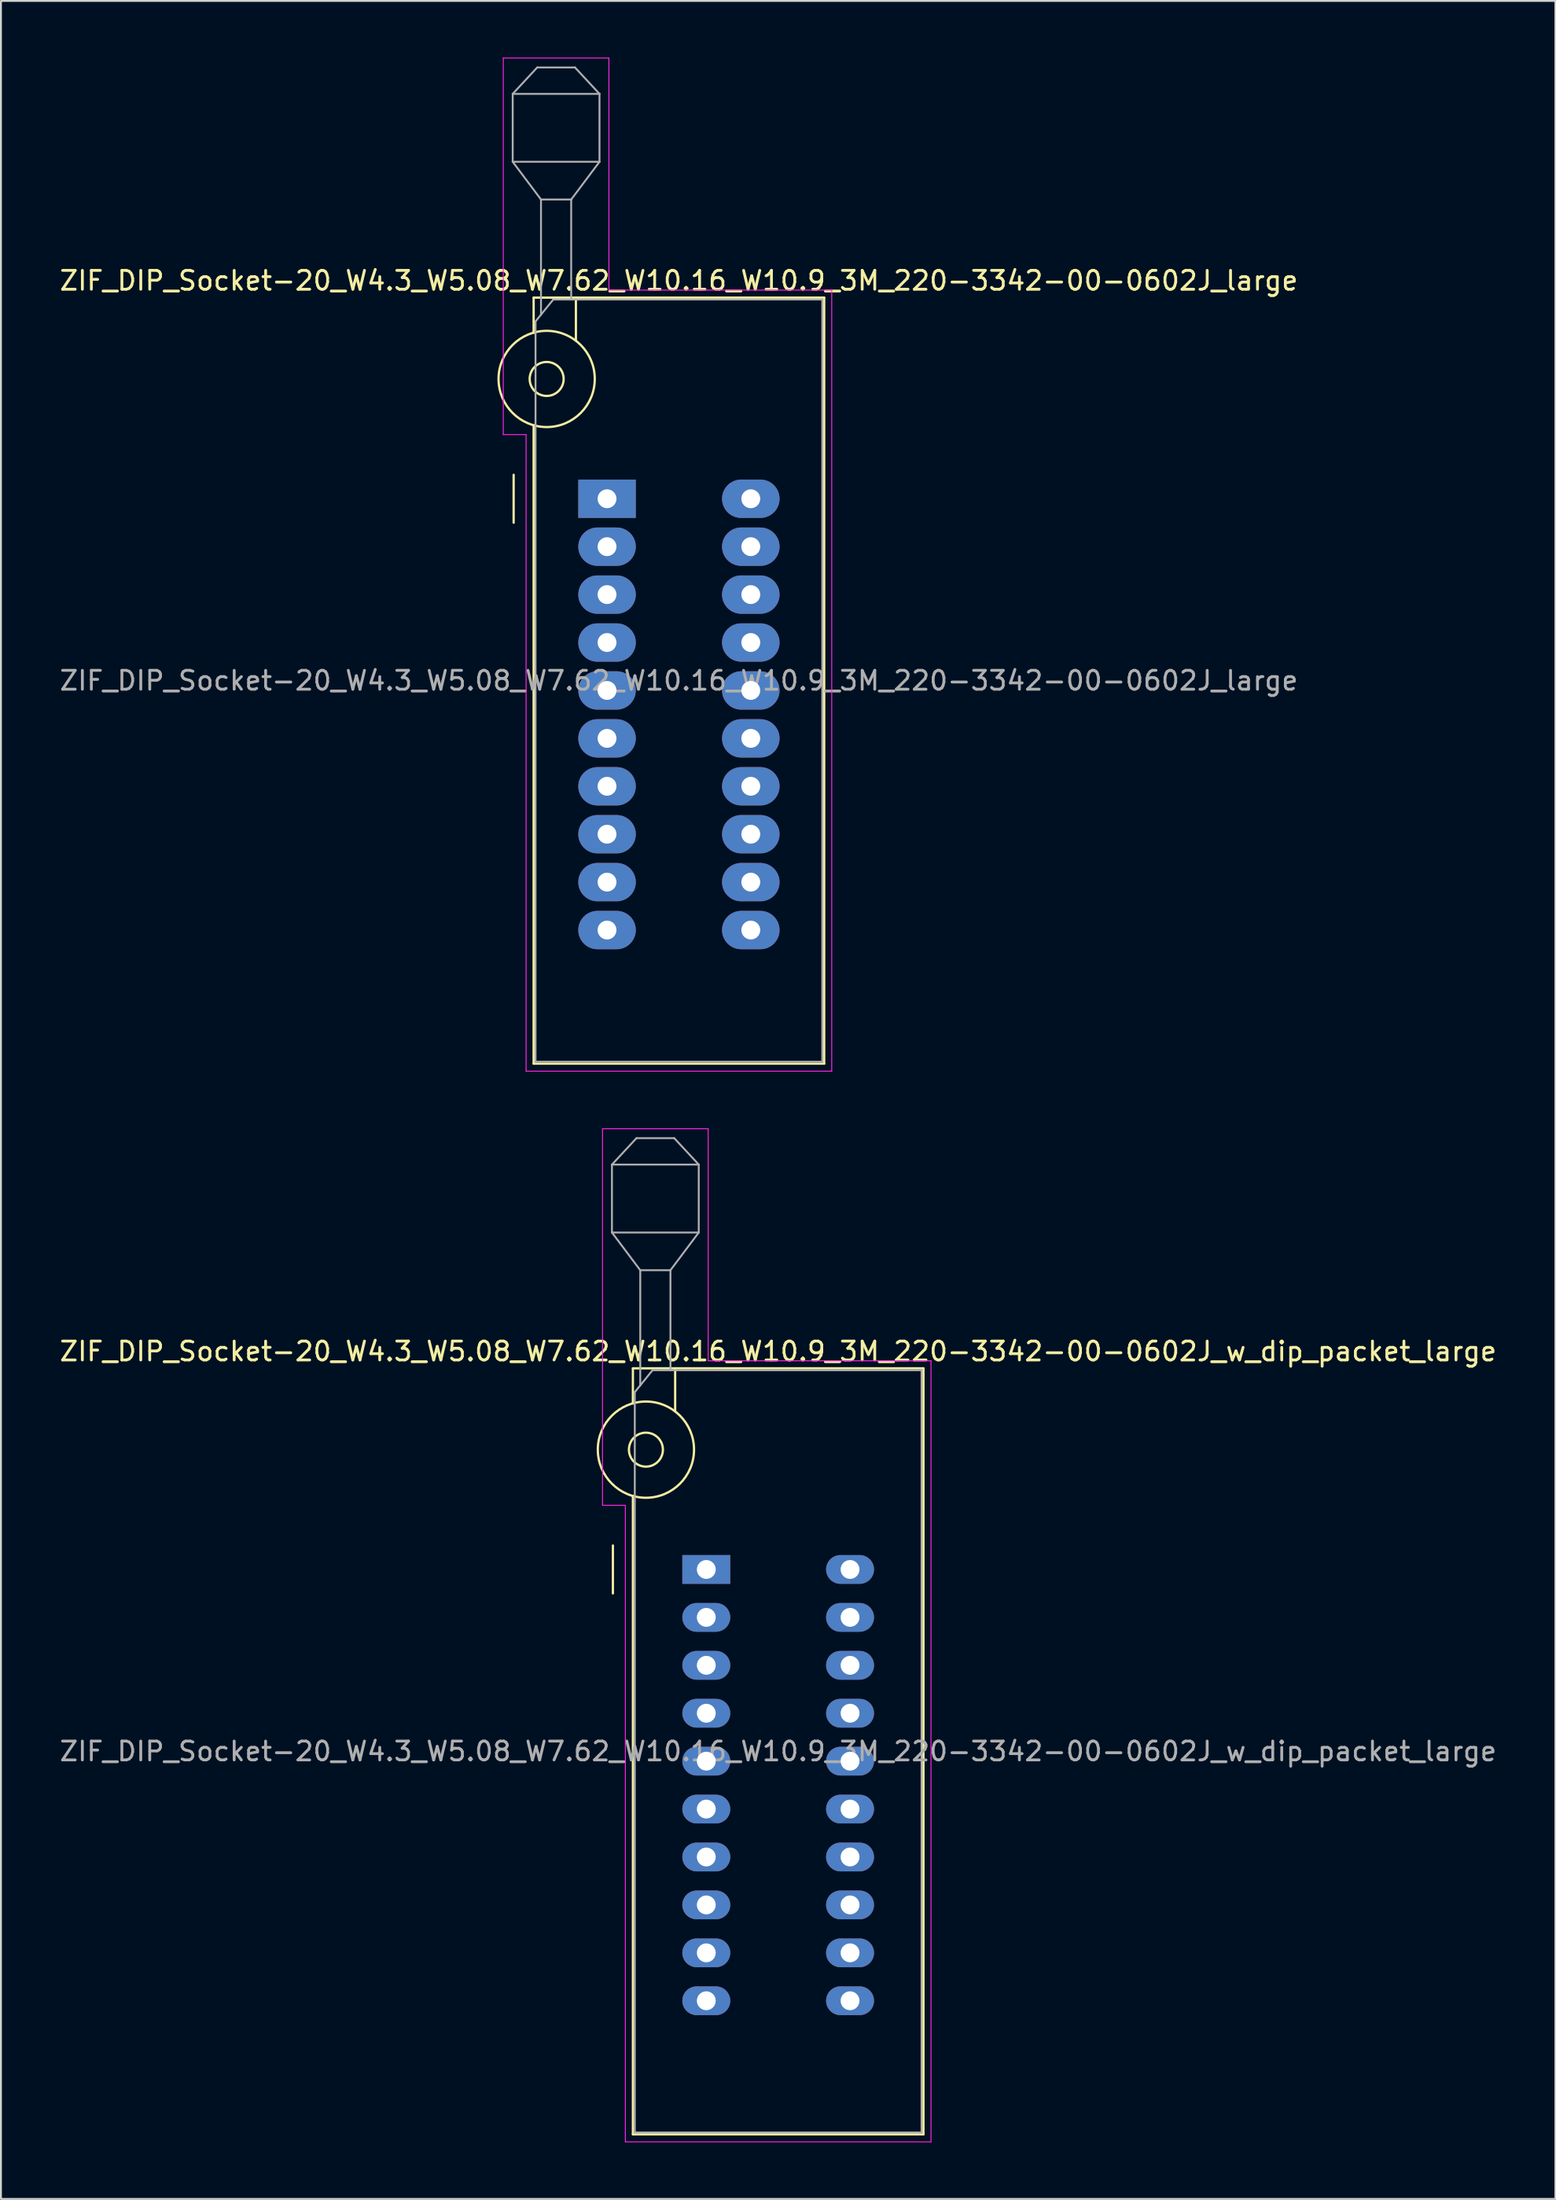
<source format=kicad_pcb>
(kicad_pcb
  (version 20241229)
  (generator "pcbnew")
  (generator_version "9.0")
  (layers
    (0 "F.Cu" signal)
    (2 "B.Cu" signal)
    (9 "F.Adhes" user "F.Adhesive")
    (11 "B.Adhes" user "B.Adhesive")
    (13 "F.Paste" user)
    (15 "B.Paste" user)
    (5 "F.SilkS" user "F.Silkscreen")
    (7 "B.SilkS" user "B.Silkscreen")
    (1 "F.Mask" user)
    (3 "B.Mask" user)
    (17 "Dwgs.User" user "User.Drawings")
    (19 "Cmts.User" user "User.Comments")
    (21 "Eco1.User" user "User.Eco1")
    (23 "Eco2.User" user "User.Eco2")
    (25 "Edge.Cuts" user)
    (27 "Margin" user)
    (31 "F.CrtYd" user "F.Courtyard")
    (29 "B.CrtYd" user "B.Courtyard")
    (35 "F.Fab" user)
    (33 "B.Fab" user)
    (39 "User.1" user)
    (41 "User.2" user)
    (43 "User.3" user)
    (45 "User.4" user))
  (footprint "ZIF_DIP_Socket-20_W4.3_W5.08_W7.62_W10.16_W10.9_3M_220-3342-00-0602J_w_dip_packet_large"
    (layer "F.Cu")
    (at 34.386 80.135)
    (property "Reference" "ZIF_DIP_Socket-20_W4.3_W5.08_W7.62_W10.16_W10.9_3M_220-3342-00-0602J_w_dip_packet_large" (at 3.81 -11.56 0) (layer "F.SilkS") (effects (font (size 1 1) (thickness 0.15))))
    (attr through_hole)
    (fp_line (start -4.95 1.27) (end -4.95 -1.27) (stroke (width 0.12) (type solid)) (layer "F.SilkS"))
    (fp_line (start -3.89 -10.66) (end -3.89 -8.8) (stroke (width 0.12) (type solid)) (layer "F.SilkS"))
    (fp_line (start -3.89 -3.9) (end -3.89 29.94) (stroke (width 0.12) (type solid)) (layer "F.SilkS"))
    (fp_line (start -3.89 29.94) (end 11.51 29.94) (stroke (width 0.12) (type solid)) (layer "F.SilkS"))
    (fp_line (start -1.65 -10.66) (end -1.65 -8.4) (stroke (width 0.12) (type solid)) (layer "F.SilkS"))
    (fp_line (start 11.51 -10.66) (end -3.89 -10.66) (stroke (width 0.12) (type solid)) (layer "F.SilkS"))
    (fp_line (start 11.51 29.94) (end 11.51 -10.66) (stroke (width 0.12) (type solid)) (layer "F.SilkS"))
    (fp_circle (center -3.2 -6.35) (end -2.3 -6.35) (stroke (width 0.12) (type solid)) (fill no) (layer "F.SilkS"))
    (fp_circle (center -3.2 -6.35) (end -0.65 -6.35) (stroke (width 0.12) (type solid)) (fill no) (layer "F.SilkS"))
    (fp_line (start -5.5 -23.36) (end 0.1 -23.36) (stroke (width 0.05) (type solid)) (layer "F.CrtYd"))
    (fp_line (start -5.5 -3.4) (end -5.5 -23.36) (stroke (width 0.05) (type solid)) (layer "F.CrtYd"))
    (fp_line (start -4.29 -3.4) (end -5.5 -3.4) (stroke (width 0.05) (type solid)) (layer "F.CrtYd"))
    (fp_line (start -4.29 30.34) (end -4.29 -3.4) (stroke (width 0.05) (type solid)) (layer "F.CrtYd"))
    (fp_line (start 0.1 -23.36) (end 0.1 -11.06) (stroke (width 0.05) (type solid)) (layer "F.CrtYd"))
    (fp_line (start 0.1 -11.06) (end 11.91 -11.06) (stroke (width 0.05) (type solid)) (layer "F.CrtYd"))
    (fp_line (start 11.91 -11.06) (end 11.91 30.34) (stroke (width 0.05) (type solid)) (layer "F.CrtYd"))
    (fp_line (start 11.91 30.34) (end -4.29 30.34) (stroke (width 0.05) (type solid)) (layer "F.CrtYd"))
    (fp_line (start -5 -21.46) (end -5 -17.86) (stroke (width 0.1) (type solid)) (layer "F.Fab"))
    (fp_line (start -5 -21.46) (end -3.7 -22.86) (stroke (width 0.1) (type solid)) (layer "F.Fab"))
    (fp_line (start -5 -17.86) (end -3.5 -15.86) (stroke (width 0.1) (type solid)) (layer "F.Fab"))
    (fp_line (start -5 -17.86) (end -0.4 -17.86) (stroke (width 0.1) (type solid)) (layer "F.Fab"))
    (fp_line (start -3.79 -9.4) (end -2.85 -10.56) (stroke (width 0.1) (type solid)) (layer "F.Fab"))
    (fp_line (start -3.79 29.84) (end -3.79 -9.4) (stroke (width 0.1) (type solid)) (layer "F.Fab"))
    (fp_line (start -3.7 -22.86) (end -1.7 -22.86) (stroke (width 0.1) (type solid)) (layer "F.Fab"))
    (fp_line (start -3.5 -15.86) (end -1.9 -15.86) (stroke (width 0.1) (type solid)) (layer "F.Fab"))
    (fp_line (start -3.5 -9.75) (end -3.5 -15.86) (stroke (width 0.1) (type solid)) (layer "F.Fab"))
    (fp_line (start -2.85 -10.56) (end 11.41 -10.56) (stroke (width 0.1) (type solid)) (layer "F.Fab"))
    (fp_line (start -1.9 -15.86) (end -1.9 -10.56) (stroke (width 0.1) (type solid)) (layer "F.Fab"))
    (fp_line (start -1.7 -22.86) (end -0.4 -21.46) (stroke (width 0.1) (type solid)) (layer "F.Fab"))
    (fp_line (start -0.4 -21.46) (end -5 -21.46) (stroke (width 0.1) (type solid)) (layer "F.Fab"))
    (fp_line (start -0.4 -17.86) (end -1.9 -15.86) (stroke (width 0.1) (type solid)) (layer "F.Fab"))
    (fp_line (start -0.4 -17.86) (end -0.4 -21.46) (stroke (width 0.1) (type solid)) (layer "F.Fab"))
    (fp_line (start 11.41 -10.56) (end 11.41 29.84) (stroke (width 0.1) (type solid)) (layer "F.Fab"))
    (fp_line (start 11.41 29.84) (end -3.79 29.84) (stroke (width 0.1) (type solid)) (layer "F.Fab"))
    (fp_text user "${REFERENCE}" (at 3.81 9.64 0) (layer "F.Fab") (effects (font (size 1 1) (thickness 0.15))))
    (pad "1" thru_hole rect (at 0 0) (size 2.54 1.524) (drill 1) (layers "*.Cu" "*.Mask"))
    (pad "2" thru_hole oval (at 0 2.54) (size 2.54 1.524) (drill 1) (layers "*.Cu" "*.Mask"))
    (pad "3" thru_hole oval (at 0 5.08) (size 2.54 1.524) (drill 1) (layers "*.Cu" "*.Mask"))
    (pad "4" thru_hole oval (at 0 7.62) (size 2.54 1.524) (drill 1) (layers "*.Cu" "*.Mask"))
    (pad "5" thru_hole oval (at 0 10.16) (size 2.54 1.524) (drill 1) (layers "*.Cu" "*.Mask"))
    (pad "6" thru_hole oval (at 0 12.7) (size 2.54 1.524) (drill 1) (layers "*.Cu" "*.Mask"))
    (pad "7" thru_hole oval (at 0 15.24) (size 2.54 1.524) (drill 1) (layers "*.Cu" "*.Mask"))
    (pad "8" thru_hole oval (at 0 17.78) (size 2.54 1.524) (drill 1) (layers "*.Cu" "*.Mask"))
    (pad "9" thru_hole oval (at 0 20.32) (size 2.54 1.524) (drill 1) (layers "*.Cu" "*.Mask"))
    (pad "10" thru_hole oval (at 0 22.86) (size 2.54 1.524) (drill 1) (layers "*.Cu" "*.Mask"))
    (pad "11" thru_hole oval (at 7.62 22.86) (size 2.54 1.524) (drill 1) (layers "*.Cu" "*.Mask"))
    (pad "12" thru_hole oval (at 7.62 20.32) (size 2.54 1.524) (drill 1) (layers "*.Cu" "*.Mask"))
    (pad "13" thru_hole oval (at 7.62 17.78) (size 2.54 1.524) (drill 1) (layers "*.Cu" "*.Mask"))
    (pad "14" thru_hole oval (at 7.62 15.24) (size 2.54 1.524) (drill 1) (layers "*.Cu" "*.Mask"))
    (pad "15" thru_hole oval (at 7.62 12.7) (size 2.54 1.524) (drill 1) (layers "*.Cu" "*.Mask"))
    (pad "16" thru_hole oval (at 7.62 10.16) (size 2.54 1.524) (drill 1) (layers "*.Cu" "*.Mask"))
    (pad "17" thru_hole oval (at 7.62 7.62) (size 2.54 1.524) (drill 1) (layers "*.Cu" "*.Mask"))
    (pad "18" thru_hole oval (at 7.62 5.08) (size 2.54 1.524) (drill 1) (layers "*.Cu" "*.Mask"))
    (pad "19" thru_hole oval (at 7.62 2.54) (size 2.54 1.524) (drill 1) (layers "*.Cu" "*.Mask"))
    (pad "20" thru_hole oval (at 7.62 0) (size 2.54 1.524) (drill 1) (layers "*.Cu" "*.Mask")))
  (footprint "ZIF_DIP_Socket-20_W4.3_W5.08_W7.62_W10.16_W10.9_3M_220-3342-00-0602J_large"
    (layer "F.Cu")
    (at 29.125 23.385)
    (property "Reference" "ZIF_DIP_Socket-20_W4.3_W5.08_W7.62_W10.16_W10.9_3M_220-3342-00-0602J_large" (at 3.81 -11.56 0) (layer "F.SilkS") (effects (font (size 1 1) (thickness 0.15))))
    (attr through_hole)
    (fp_line (start -4.95 1.27) (end -4.95 -1.27) (stroke (width 0.12) (type solid)) (layer "F.SilkS"))
    (fp_line (start -3.89 -10.66) (end -3.89 -8.8) (stroke (width 0.12) (type solid)) (layer "F.SilkS"))
    (fp_line (start -3.89 -3.9) (end -3.89 29.94) (stroke (width 0.12) (type solid)) (layer "F.SilkS"))
    (fp_line (start -3.89 29.94) (end 11.51 29.94) (stroke (width 0.12) (type solid)) (layer "F.SilkS"))
    (fp_line (start -1.65 -10.66) (end -1.65 -8.4) (stroke (width 0.12) (type solid)) (layer "F.SilkS"))
    (fp_line (start 11.51 -10.66) (end -3.89 -10.66) (stroke (width 0.12) (type solid)) (layer "F.SilkS"))
    (fp_line (start 11.51 29.94) (end 11.51 -10.66) (stroke (width 0.12) (type solid)) (layer "F.SilkS"))
    (fp_circle (center -3.2 -6.35) (end -2.3 -6.35) (stroke (width 0.12) (type solid)) (fill no) (layer "F.SilkS"))
    (fp_circle (center -3.2 -6.35) (end -0.65 -6.35) (stroke (width 0.12) (type solid)) (fill no) (layer "F.SilkS"))
    (fp_line (start -5.5 -23.36) (end 0.1 -23.36) (stroke (width 0.05) (type solid)) (layer "F.CrtYd"))
    (fp_line (start -5.5 -3.4) (end -5.5 -23.36) (stroke (width 0.05) (type solid)) (layer "F.CrtYd"))
    (fp_line (start -4.29 -3.4) (end -5.5 -3.4) (stroke (width 0.05) (type solid)) (layer "F.CrtYd"))
    (fp_line (start -4.29 30.34) (end -4.29 -3.4) (stroke (width 0.05) (type solid)) (layer "F.CrtYd"))
    (fp_line (start 0.1 -23.36) (end 0.1 -11.06) (stroke (width 0.05) (type solid)) (layer "F.CrtYd"))
    (fp_line (start 0.1 -11.06) (end 11.91 -11.06) (stroke (width 0.05) (type solid)) (layer "F.CrtYd"))
    (fp_line (start 11.91 -11.06) (end 11.91 30.34) (stroke (width 0.05) (type solid)) (layer "F.CrtYd"))
    (fp_line (start 11.91 30.34) (end -4.29 30.34) (stroke (width 0.05) (type solid)) (layer "F.CrtYd"))
    (fp_line (start -5 -21.46) (end -5 -17.86) (stroke (width 0.1) (type solid)) (layer "F.Fab"))
    (fp_line (start -5 -21.46) (end -3.7 -22.86) (stroke (width 0.1) (type solid)) (layer "F.Fab"))
    (fp_line (start -5 -17.86) (end -3.5 -15.86) (stroke (width 0.1) (type solid)) (layer "F.Fab"))
    (fp_line (start -5 -17.86) (end -0.4 -17.86) (stroke (width 0.1) (type solid)) (layer "F.Fab"))
    (fp_line (start -3.79 -9.4) (end -2.85 -10.56) (stroke (width 0.1) (type solid)) (layer "F.Fab"))
    (fp_line (start -3.79 29.84) (end -3.79 -9.4) (stroke (width 0.1) (type solid)) (layer "F.Fab"))
    (fp_line (start -3.7 -22.86) (end -1.7 -22.86) (stroke (width 0.1) (type solid)) (layer "F.Fab"))
    (fp_line (start -3.5 -15.86) (end -1.9 -15.86) (stroke (width 0.1) (type solid)) (layer "F.Fab"))
    (fp_line (start -3.5 -9.75) (end -3.5 -15.86) (stroke (width 0.1) (type solid)) (layer "F.Fab"))
    (fp_line (start -2.85 -10.56) (end 11.41 -10.56) (stroke (width 0.1) (type solid)) (layer "F.Fab"))
    (fp_line (start -1.9 -15.86) (end -1.9 -10.56) (stroke (width 0.1) (type solid)) (layer "F.Fab"))
    (fp_line (start -1.7 -22.86) (end -0.4 -21.46) (stroke (width 0.1) (type solid)) (layer "F.Fab"))
    (fp_line (start -0.4 -21.46) (end -5 -21.46) (stroke (width 0.1) (type solid)) (layer "F.Fab"))
    (fp_line (start -0.4 -17.86) (end -1.9 -15.86) (stroke (width 0.1) (type solid)) (layer "F.Fab"))
    (fp_line (start -0.4 -17.86) (end -0.4 -21.46) (stroke (width 0.1) (type solid)) (layer "F.Fab"))
    (fp_line (start 11.41 -10.56) (end 11.41 29.84) (stroke (width 0.1) (type solid)) (layer "F.Fab"))
    (fp_line (start 11.41 29.84) (end -3.79 29.84) (stroke (width 0.1) (type solid)) (layer "F.Fab"))
    (fp_text user "${REFERENCE}" (at 3.81 9.64 0) (layer "F.Fab") (effects (font (size 1 1) (thickness 0.15))))
    (pad "1" thru_hole rect (at 0 0) (size 3.048 2.032) (drill 1) (layers "*.Cu" "*.Mask"))
    (pad "2" thru_hole oval (at 0 2.54) (size 3.048 2.032) (drill 1) (layers "*.Cu" "*.Mask"))
    (pad "3" thru_hole oval (at 0 5.08) (size 3.048 2.032) (drill 1) (layers "*.Cu" "*.Mask"))
    (pad "4" thru_hole oval (at 0 7.62) (size 3.048 2.032) (drill 1) (layers "*.Cu" "*.Mask"))
    (pad "5" thru_hole oval (at 0 10.16) (size 3.048 2.032) (drill 1) (layers "*.Cu" "*.Mask"))
    (pad "6" thru_hole oval (at 0 12.7) (size 3.048 2.032) (drill 1) (layers "*.Cu" "*.Mask"))
    (pad "7" thru_hole oval (at 0 15.24) (size 3.048 2.032) (drill 1) (layers "*.Cu" "*.Mask"))
    (pad "8" thru_hole oval (at 0 17.78) (size 3.048 2.032) (drill 1) (layers "*.Cu" "*.Mask"))
    (pad "9" thru_hole oval (at 0 20.32) (size 3.048 2.032) (drill 1) (layers "*.Cu" "*.Mask"))
    (pad "10" thru_hole oval (at 0 22.86) (size 3.048 2.032) (drill 1) (layers "*.Cu" "*.Mask"))
    (pad "11" thru_hole oval (at 7.62 22.86) (size 3.048 2.032) (drill 1) (layers "*.Cu" "*.Mask"))
    (pad "12" thru_hole oval (at 7.62 20.32) (size 3.048 2.032) (drill 1) (layers "*.Cu" "*.Mask"))
    (pad "13" thru_hole oval (at 7.62 17.78) (size 3.048 2.032) (drill 1) (layers "*.Cu" "*.Mask"))
    (pad "14" thru_hole oval (at 7.62 15.24) (size 3.048 2.032) (drill 1) (layers "*.Cu" "*.Mask"))
    (pad "15" thru_hole oval (at 7.62 12.7) (size 3.048 2.032) (drill 1) (layers "*.Cu" "*.Mask"))
    (pad "16" thru_hole oval (at 7.62 10.16) (size 3.048 2.032) (drill 1) (layers "*.Cu" "*.Mask"))
    (pad "17" thru_hole oval (at 7.62 7.62) (size 3.048 2.032) (drill 1) (layers "*.Cu" "*.Mask"))
    (pad "18" thru_hole oval (at 7.62 5.08) (size 3.048 2.032) (drill 1) (layers "*.Cu" "*.Mask"))
    (pad "19" thru_hole oval (at 7.62 2.54) (size 3.048 2.032) (drill 1) (layers "*.Cu" "*.Mask"))
    (pad "20" thru_hole oval (at 7.62 0) (size 3.048 2.032) (drill 1) (layers "*.Cu" "*.Mask")))
  (gr_rect
    (start -3 -3)
    (end 79.393 113.5)
    (stroke (width 0.1) (type default))
    (fill no)
    (layer "Edge.Cuts")))
</source>
